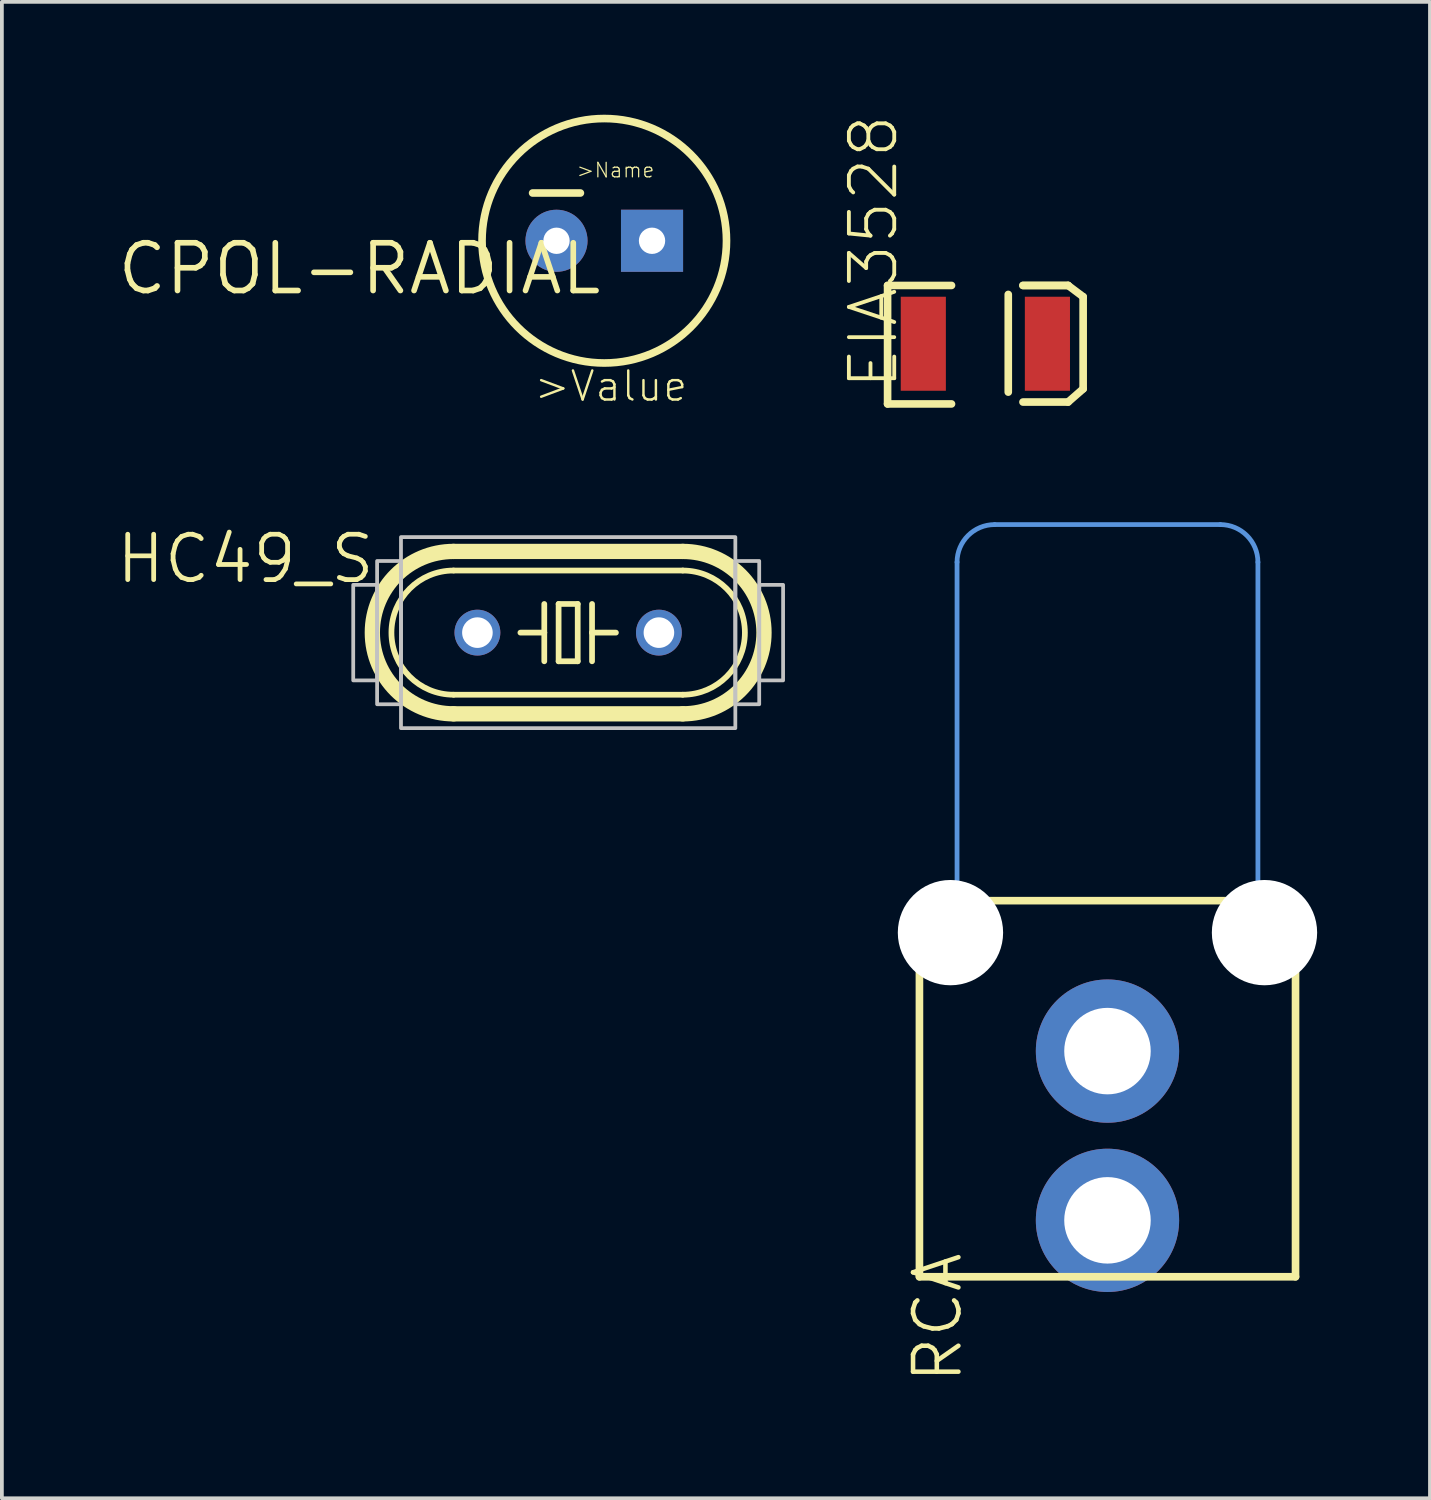
<source format=kicad_pcb>
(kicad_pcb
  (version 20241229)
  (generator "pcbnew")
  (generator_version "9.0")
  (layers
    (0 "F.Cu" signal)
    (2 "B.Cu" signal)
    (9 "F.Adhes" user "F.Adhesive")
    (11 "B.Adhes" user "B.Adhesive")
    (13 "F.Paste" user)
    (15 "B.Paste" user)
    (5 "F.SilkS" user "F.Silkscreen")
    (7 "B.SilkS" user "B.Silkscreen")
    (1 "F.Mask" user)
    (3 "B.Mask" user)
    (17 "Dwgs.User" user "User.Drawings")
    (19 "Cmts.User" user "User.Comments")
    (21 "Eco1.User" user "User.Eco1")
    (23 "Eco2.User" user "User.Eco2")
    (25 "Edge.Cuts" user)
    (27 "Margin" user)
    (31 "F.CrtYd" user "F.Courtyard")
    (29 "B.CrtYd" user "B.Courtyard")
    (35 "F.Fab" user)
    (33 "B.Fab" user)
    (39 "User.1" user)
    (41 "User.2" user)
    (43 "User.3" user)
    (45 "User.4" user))
  (footprint "HC49_S"
    (layer "F.Cu")
    (at 12.057 13.771)
    (property "Reference" "HC49_S" (at -5.08 -2.667 0) (layer "F.SilkS") (effects (font (size 1.206 1.206) (thickness 0.127)) (justify right top)))
    (attr through_hole)
    (fp_line (start -3.048 -2.159) (end 3.048 -2.159) (stroke (width 0.406) (type solid)) (layer "F.SilkS"))
    (fp_line (start -3.048 1.651) (end 3.048 1.651) (stroke (width 0.152) (type solid)) (layer "F.SilkS"))
    (fp_line (start -3.048 2.159) (end 3.048 2.159) (stroke (width 0.406) (type solid)) (layer "F.SilkS"))
    (fp_line (start -0.635 -0.762) (end -0.635 0) (stroke (width 0.152) (type solid)) (layer "F.SilkS"))
    (fp_line (start -0.635 0) (end -1.27 0) (stroke (width 0.152) (type solid)) (layer "F.SilkS"))
    (fp_line (start -0.635 0) (end -0.635 0.762) (stroke (width 0.152) (type solid)) (layer "F.SilkS"))
    (fp_line (start -0.254 -0.762) (end 0.254 -0.762) (stroke (width 0.152) (type solid)) (layer "F.SilkS"))
    (fp_line (start -0.254 0.762) (end -0.254 -0.762) (stroke (width 0.152) (type solid)) (layer "F.SilkS"))
    (fp_line (start 0.254 -0.762) (end 0.254 0.762) (stroke (width 0.152) (type solid)) (layer "F.SilkS"))
    (fp_line (start 0.254 0.762) (end -0.254 0.762) (stroke (width 0.152) (type solid)) (layer "F.SilkS"))
    (fp_line (start 0.635 -0.762) (end 0.635 0) (stroke (width 0.152) (type solid)) (layer "F.SilkS"))
    (fp_line (start 0.635 0) (end 0.635 0.762) (stroke (width 0.152) (type solid)) (layer "F.SilkS"))
    (fp_line (start 0.635 0) (end 1.27 0) (stroke (width 0.152) (type solid)) (layer "F.SilkS"))
    (fp_line (start 3.048 -1.651) (end -3.048 -1.651) (stroke (width 0.152) (type solid)) (layer "F.SilkS"))
    (fp_arc (start -3.048 1.651) (mid -4.699 0) (end -3.048 -1.651) (stroke (width 0.1524) (type solid)) (layer "F.SilkS"))
    (fp_arc (start -3.048 2.159) (mid -5.207 0) (end -3.048 -2.159) (stroke (width 0.4064) (type solid)) (layer "F.SilkS"))
    (fp_arc (start 3.048 -2.159) (mid 5.207 0) (end 3.048 2.159) (stroke (width 0.4064) (type solid)) (layer "F.SilkS"))
    (fp_arc (start 3.048 -1.651) (mid 4.699 0) (end 3.048 1.651) (stroke (width 0.1524) (type solid)) (layer "F.SilkS"))
    (fp_poly (pts (xy -5.715 1.27) (xy -5.08 1.27) (xy -5.08 -1.27) (xy -5.715 -1.27)) (stroke (width 0.1) (type solid)) (fill no) (layer "Dwgs.User"))
    (fp_poly (pts (xy -5.08 1.905) (xy -4.445 1.905) (xy -4.445 -1.905) (xy -5.08 -1.905)) (stroke (width 0.1) (type solid)) (fill no) (layer "Dwgs.User"))
    (fp_poly (pts (xy -4.445 2.54) (xy 4.445 2.54) (xy 4.445 -2.54) (xy -4.445 -2.54)) (stroke (width 0.1) (type solid)) (fill no) (layer "Dwgs.User"))
    (fp_poly (pts (xy 4.445 1.905) (xy 5.08 1.905) (xy 5.08 -1.905) (xy 4.445 -1.905)) (stroke (width 0.1) (type solid)) (fill no) (layer "Dwgs.User"))
    (fp_poly (pts (xy 5.08 1.27) (xy 5.715 1.27) (xy 5.715 -1.27) (xy 5.08 -1.27)) (stroke (width 0.1) (type solid)) (fill no) (layer "Dwgs.User"))
    (pad "1" thru_hole circle (at -2.413 0) (size 1.219 1.219) (drill 0.813) (layers "*.Cu" "*.Mask"))
    (pad "2" thru_hole circle (at 2.413 0) (size 1.219 1.219) (drill 0.813) (layers "*.Cu" "*.Mask")))
  (footprint "EIA3528"
    (layer "F.Cu")
    (at 23.15 6.09)
    (property "Reference" "EIA3528" (at -2.27 1.27 90) (layer "F.SilkS") (effects (font (size 1.206 1.206) (thickness 0.102)) (justify left bottom)))
    (attr through_hole)
    (fp_line (start -2.6 -1.55) (end -0.9 -1.55) (stroke (width 0.203) (type solid)) (layer "F.SilkS"))
    (fp_line (start -2.6 1.6) (end -2.6 -1.55) (stroke (width 0.203) (type solid)) (layer "F.SilkS"))
    (fp_line (start -0.9 1.6) (end -2.6 1.6) (stroke (width 0.203) (type solid)) (layer "F.SilkS"))
    (fp_line (start 0.609 -1.311) (end 0.609 1.286) (stroke (width 0.203) (type solid)) (layer "F.SilkS"))
    (fp_line (start 1 1.55) (end 2.2 1.55) (stroke (width 0.203) (type solid)) (layer "F.SilkS"))
    (fp_line (start 2.2 -1.55) (end 1 -1.55) (stroke (width 0.203) (type solid)) (layer "F.SilkS"))
    (fp_line (start 2.2 -1.55) (end 1 -1.55) (stroke (width 0.203) (type solid)) (layer "F.SilkS"))
    (fp_line (start 2.2 1.55) (end 2.6 1.2) (stroke (width 0.203) (type solid)) (layer "F.SilkS"))
    (fp_line (start 2.6 -1.25) (end 2.2 -1.55) (stroke (width 0.203) (type solid)) (layer "F.SilkS"))
    (fp_line (start 2.6 1.2) (end 2.6 -1.25) (stroke (width 0.203) (type solid)) (layer "F.SilkS"))
    (pad "1" smd rect (at 1.65 0 90) (size 2.5 1.2) (layers "F.Cu" "F.Mask" "F.Paste"))
    (pad "2" smd rect (at -1.65 0 90) (size 2.5 1.2) (layers "F.Cu" "F.Mask" "F.Paste")))
  (footprint "CPOL-RADIAL"
    (layer "F.Cu")
    (at 13.017 3.352)
    (property "Reference" "CPOL-RADIAL" (at 0 0 0) (layer "F.SilkS") (effects (font (size 1.27 1.27) (thickness 0.15)) (justify right top)))
    (attr through_hole)
    (fp_line (start -0.635 -1.27) (end -1.905 -1.27) (stroke (width 0.203) (type solid)) (layer "F.SilkS"))
    (fp_circle (center 0 0) (end 3.25 0) (stroke (width 0.203) (type solid)) (fill no) (layer "F.SilkS"))
    (fp_text user ">Value" (at -1.905 4.318 0) (layer "F.SilkS") (effects (font (size 0.772 0.772) (thickness 0.065)) (justify left bottom)))
    (fp_text user ">Name" (at -0.762 -1.651 0) (layer "F.SilkS") (effects (font (size 0.386 0.386) (thickness 0.033)) (justify left bottom)))
    (pad "1" thru_hole rect (at 1.27 0) (size 1.651 1.651) (drill 0.7) (layers "*.Cu" "*.Mask"))
    (pad "2" thru_hole circle (at -1.27 0) (size 1.651 1.651) (drill 0.7) (layers "*.Cu" "*.Mask")))
  (footprint "RCA"
    (layer "F.Cu")
    (at 26.397 24.898)
    (property "Reference" "RCA" (at -3.81 8.89 90) (layer "F.SilkS") (effects (font (size 1.206 1.206) (thickness 0.121)) (justify left bottom)))
    (attr through_hole)
    (fp_line (start -5 -4) (end 5 -4) (stroke (width 0.203) (type solid)) (layer "F.SilkS"))
    (fp_line (start -5 6) (end -5 -4) (stroke (width 0.203) (type solid)) (layer "F.SilkS"))
    (fp_line (start -3.35 -4) (end 3.35 -4) (stroke (width 0.127) (type solid)) (layer "F.SilkS"))
    (fp_line (start -3.35 -2.3) (end -5 -2.3) (stroke (width 0.127) (type solid)) (layer "F.SilkS"))
    (fp_line (start -3.35 -2.3) (end -3.35 -4) (stroke (width 0.127) (type solid)) (layer "F.SilkS"))
    (fp_line (start 3.35 -2.3) (end 3.35 -4) (stroke (width 0.127) (type solid)) (layer "F.SilkS"))
    (fp_line (start 3.35 -2.3) (end 5 -2.3) (stroke (width 0.127) (type solid)) (layer "F.SilkS"))
    (fp_line (start 5 -4) (end 5 6) (stroke (width 0.203) (type solid)) (layer "F.SilkS"))
    (fp_line (start 5 6) (end -5 6) (stroke (width 0.203) (type solid)) (layer "F.SilkS"))
    (fp_line (start -4 -13) (end -4 -4) (stroke (width 0.127) (type solid)) (layer "Cmts.User"))
    (fp_line (start -3 -14) (end 3 -14) (stroke (width 0.127) (type solid)) (layer "Cmts.User"))
    (fp_line (start 4 -13) (end 4 -4) (stroke (width 0.127) (type solid)) (layer "Cmts.User"))
    (fp_arc (start -4 -13) (mid -3.707107 -13.707107) (end -3 -14) (stroke (width 0.127) (type solid)) (layer "Cmts.User"))
    (fp_arc (start 3 -14) (mid 3.707107 -13.707107) (end 4 -13) (stroke (width 0.127) (type solid)) (layer "Cmts.User"))
    (pad "" np_thru_hole circle (at -4.175 -3.15) (size 2.8 2.8) (drill 2.8) (layers "*.Cu"))
    (pad "" np_thru_hole circle (at 4.175 -3.15) (size 2.8 2.8) (drill 2.8) (layers "*.Cu"))
    (pad "1" thru_hole circle (at 0 4.5) (size 3.81 3.81) (drill 2.3) (layers "*.Cu" "*.Mask"))
    (pad "2" thru_hole circle (at 0 0) (size 3.81 3.81) (drill 2.3) (layers "*.Cu" "*.Mask")))
  (gr_rect
    (start -3 -3)
    (end 34.972 36.788)
    (stroke (width 0.1) (type default))
    (fill no)
    (layer "Edge.Cuts")))
</source>
